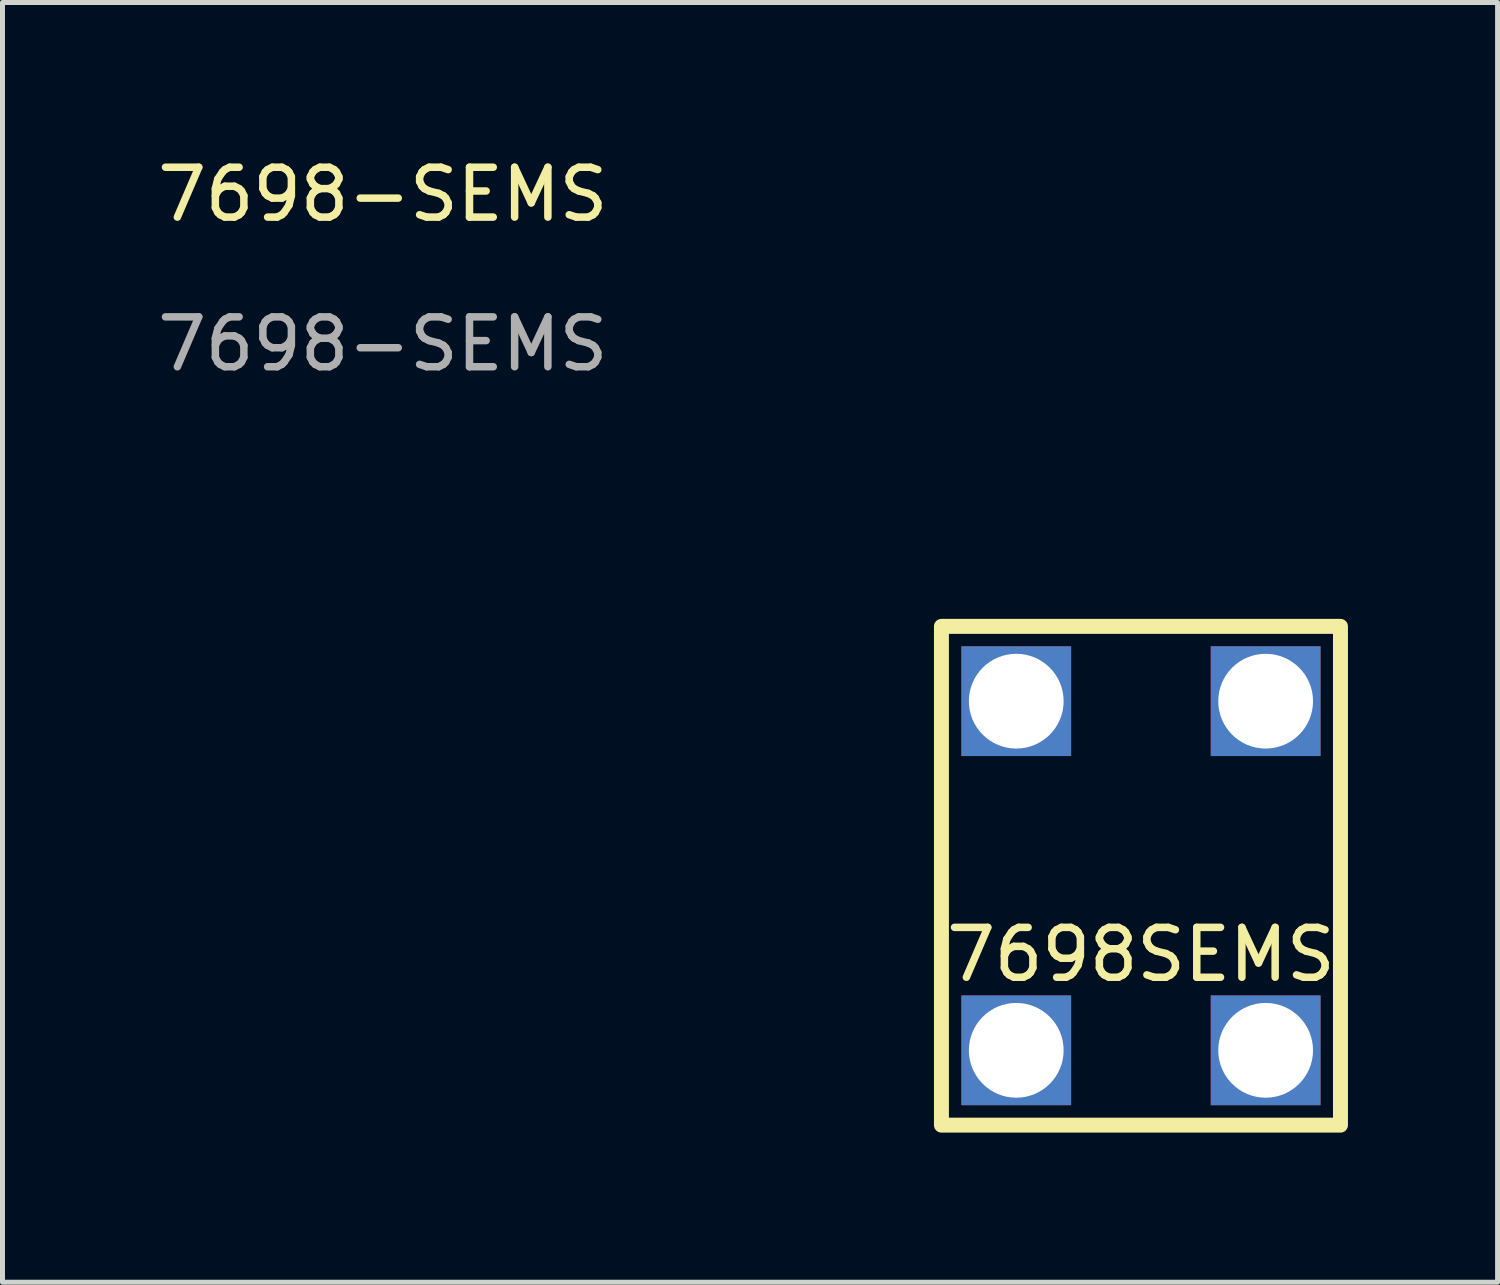
<source format=kicad_pcb>
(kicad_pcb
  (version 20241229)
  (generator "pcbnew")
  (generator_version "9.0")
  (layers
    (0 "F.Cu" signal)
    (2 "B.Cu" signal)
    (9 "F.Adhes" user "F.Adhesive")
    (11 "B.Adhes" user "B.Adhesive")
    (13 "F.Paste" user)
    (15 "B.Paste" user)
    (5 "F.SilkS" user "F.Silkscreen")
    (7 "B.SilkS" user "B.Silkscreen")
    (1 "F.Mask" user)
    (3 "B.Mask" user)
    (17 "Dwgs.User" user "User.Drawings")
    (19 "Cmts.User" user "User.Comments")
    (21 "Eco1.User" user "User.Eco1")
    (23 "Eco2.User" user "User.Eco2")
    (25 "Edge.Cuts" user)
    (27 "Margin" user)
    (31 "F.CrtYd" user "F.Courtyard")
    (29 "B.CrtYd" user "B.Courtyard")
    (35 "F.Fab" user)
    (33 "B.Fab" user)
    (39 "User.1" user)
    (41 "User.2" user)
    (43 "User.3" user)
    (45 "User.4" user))
  (footprint "7698-SEMS"
    (layer "F.Cu")
    (at 17.325 11.008)
    (property "Reference" "7698-SEMS" (at -12.7 -10.16 0) (unlocked yes) (layer "F.SilkS") (effects (font (size 1 1) (thickness 0.15))))
    (attr through_hole)
    (fp_rect (start -1.5 -1.5) (end 6.5 8.5) (stroke (width 0.3) (type solid)) (fill no) (layer "F.SilkS"))
    (fp_text user "7698SEMS" (at 2.5 5.08 0) (unlocked yes) (layer "F.SilkS") (effects (font (size 1 1) (thickness 0.15))))
    (fp_text user "${REFERENCE}" (at -12.7 -7.16 0) (unlocked yes) (layer "F.Fab") (effects (font (size 1 1) (thickness 0.15))))
    (pad "1" thru_hole rect (at 0 0) (size 2.2 2.2) (drill 1.9) (layers "*.Cu" "*.Mask"))
    (pad "1" thru_hole rect (at 0 7) (size 2.2 2.2) (drill 1.9) (layers "*.Cu" "*.Mask"))
    (pad "1" thru_hole rect (at 5 0) (size 2.2 2.2) (drill 1.9) (layers "*.Cu" "*.Mask"))
    (pad "1" thru_hole rect (at 5 7) (size 2.2 2.2) (drill 1.9) (layers "*.Cu" "*.Mask")))
  (gr_rect
    (start -3 -3)
    (end 26.975 22.658)
    (stroke (width 0.1) (type default))
    (fill no)
    (layer "Edge.Cuts")))
</source>
